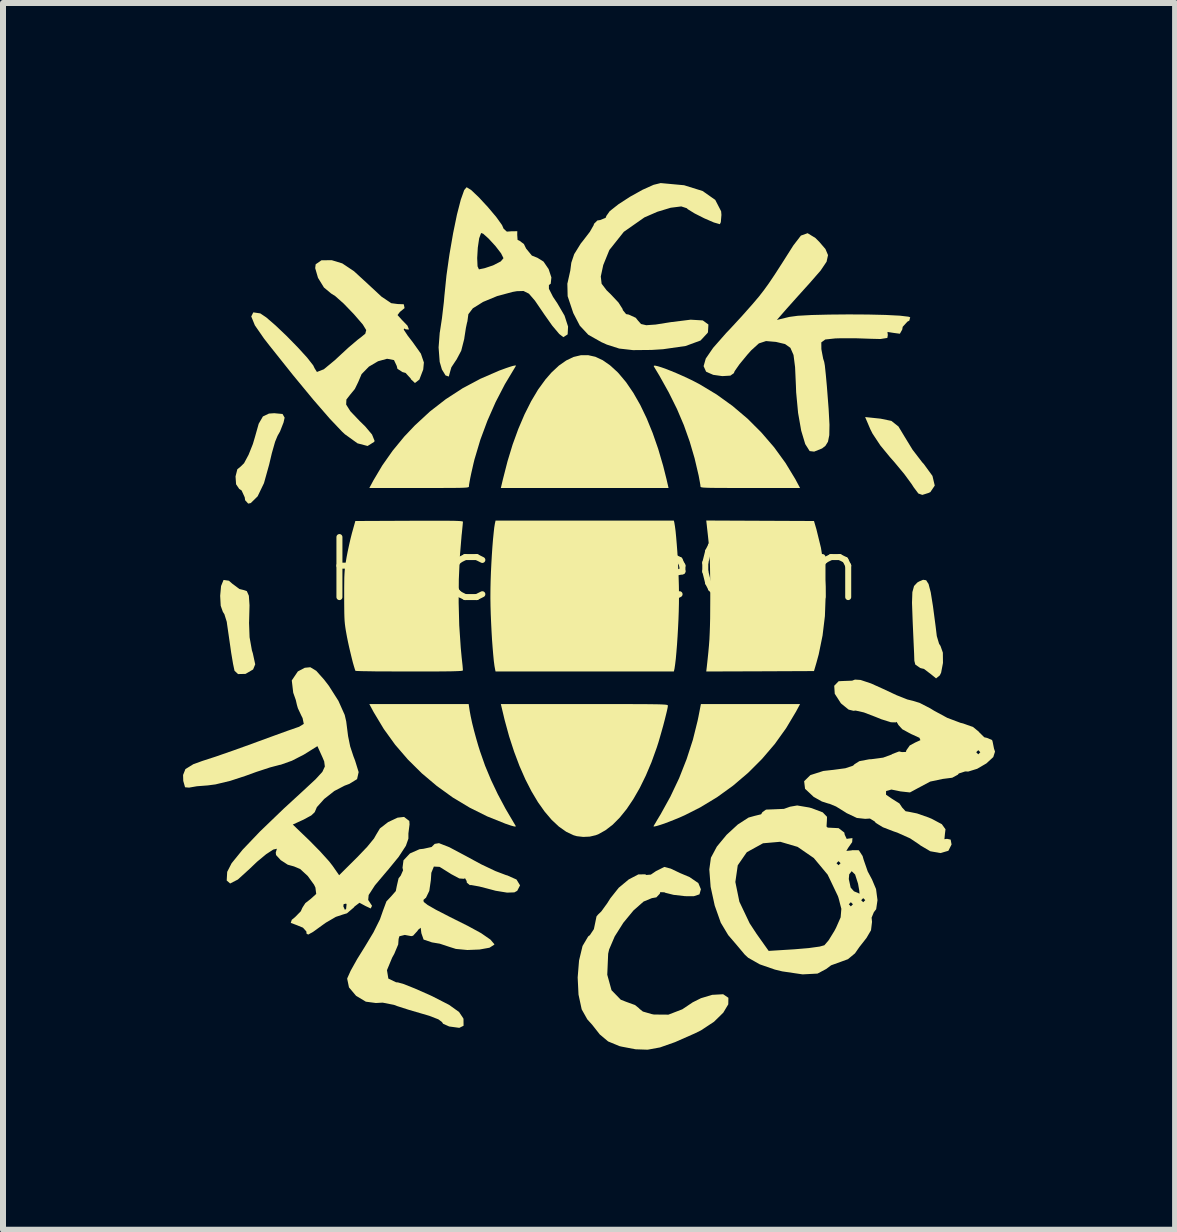
<source format=kicad_pcb>
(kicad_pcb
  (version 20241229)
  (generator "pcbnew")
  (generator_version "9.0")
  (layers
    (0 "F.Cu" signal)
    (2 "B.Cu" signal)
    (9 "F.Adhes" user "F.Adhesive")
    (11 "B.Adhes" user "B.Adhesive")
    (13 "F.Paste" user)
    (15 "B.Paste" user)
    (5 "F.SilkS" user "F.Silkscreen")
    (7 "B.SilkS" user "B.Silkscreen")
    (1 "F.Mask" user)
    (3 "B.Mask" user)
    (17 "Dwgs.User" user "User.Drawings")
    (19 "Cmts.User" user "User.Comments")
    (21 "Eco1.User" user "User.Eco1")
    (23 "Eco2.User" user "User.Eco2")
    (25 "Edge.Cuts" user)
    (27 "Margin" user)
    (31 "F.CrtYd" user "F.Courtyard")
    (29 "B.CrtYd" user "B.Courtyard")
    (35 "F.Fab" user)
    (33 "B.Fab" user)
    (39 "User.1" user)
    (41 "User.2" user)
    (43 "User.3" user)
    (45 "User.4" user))
  (footprint "HackTheCon"
    (layer "F.Cu")
    (at 6.843 6.94)
    (property "Reference" "HackTheCon" (at 0 -0.5 0) (unlocked yes) (layer "F.SilkS") (effects (font (size 1 1) (thickness 0.1))))
    (attr smd)
    (fp_poly (pts (xy 4.778 -3.015) (xy 4.957 -2.978) (xy 5.075 -2.885) (xy 5.172 -2.724) (xy 5.31 -2.498) (xy 5.472 -2.287) (xy 5.498 -2.259) (xy 5.642 -2.061) (xy 5.68 -1.9) (xy 5.607 -1.792) (xy 5.578 -1.778) (xy 5.473 -1.745) (xy 5.407 -1.768) (xy 5.329 -1.872) (xy 5.295 -1.925) (xy 5.174 -2.09) (xy 5.009 -2.289) (xy 4.934 -2.374) (xy 4.773 -2.57) (xy 4.644 -2.765) (xy 4.607 -2.838) (xy 4.52 -3.042)) (stroke (width 0) (type solid)) (fill yes) (layer "F.SilkS"))
    (fp_poly (pts (xy -5.186 -3.093) (xy -5.151 -3.032) (xy -5.169 -2.952) (xy -5.228 -2.801) (xy -5.269 -2.729) (xy -5.31 -2.63) (xy -5.364 -2.44) (xy -5.409 -2.25) (xy -5.495 -1.941) (xy -5.601 -1.721) (xy -5.715 -1.609) (xy -5.758 -1.6) (xy -5.809 -1.656) (xy -5.816 -1.705) (xy -5.868 -1.819) (xy -5.908 -1.845) (xy -5.96 -1.922) (xy -5.969 -2.053) (xy -5.939 -2.172) (xy -5.885 -2.216) (xy -5.827 -2.273) (xy -5.751 -2.415) (xy -5.68 -2.593) (xy -5.647 -2.704) (xy -5.583 -2.931) (xy -5.513 -3.052) (xy -5.412 -3.1) (xy -5.324 -3.106)) (stroke (width 0) (type solid)) (fill yes) (layer "F.SilkS"))
    (fp_poly (pts (xy 5.537 -0.323) (xy 5.577 -0.26) (xy 5.613 -0.122) (xy 5.65 0.108) (xy 5.695 0.449) (xy 5.714 0.607) (xy 5.752 0.735) (xy 5.776 0.772) (xy 5.815 0.883) (xy 5.817 1.055) (xy 5.786 1.217) (xy 5.764 1.262) (xy 5.702 1.312) (xy 5.62 1.245) (xy 5.503 1.156) (xy 5.438 1.139) (xy 5.356 1.082) (xy 5.34 1.019) (xy 5.336 0.897) (xy 5.326 0.679) (xy 5.314 0.408) (xy 5.311 0.334) (xy 5.301 0.052) (xy 5.307 -0.125) (xy 5.335 -0.227) (xy 5.389 -0.285) (xy 5.418 -0.302) (xy 5.486 -0.331)) (stroke (width 0) (type solid)) (fill yes) (layer "F.SilkS"))
    (fp_poly (pts (xy -6.079 -0.315) (xy -6.021 -0.264) (xy -5.904 -0.177) (xy -5.842 -0.162) (xy -5.781 -0.142) (xy -5.747 -0.065) (xy -5.736 0.095) (xy -5.743 0.363) (xy -5.744 0.386) (xy -5.735 0.627) (xy -5.696 0.846) (xy -5.681 0.893) (xy -5.641 1.078) (xy -5.676 1.163) (xy -5.802 1.237) (xy -5.927 1.24) (xy -5.986 1.185) (xy -6.01 1.072) (xy -6.042 0.882) (xy -6.054 0.796) (xy -6.085 0.581) (xy -6.11 0.409) (xy -6.115 0.37) (xy -6.155 0.242) (xy -6.18 0.204) (xy -6.216 0.102) (xy -6.225 -0.064) (xy -6.21 -0.227) (xy -6.17 -0.325) (xy -6.166 -0.328)) (stroke (width 0) (type solid)) (fill yes) (layer "F.SilkS"))
    (fp_poly (pts (xy 0.026 -4.046) (xy 0.148 -3.989) (xy 0.27 -3.904) (xy 0.394 -3.791) (xy 0.413 -3.771) (xy 0.538 -3.622) (xy 0.658 -3.446) (xy 0.773 -3.245) (xy 0.88 -3.022) (xy 0.98 -2.777) (xy 1.072 -2.513) (xy 1.155 -2.23) (xy 1.211 -2.007) (xy 1.245 -1.86) (xy -0.152 -1.86) (xy -1.549 -1.86) (xy -1.514 -2.007) (xy -1.438 -2.304) (xy -1.353 -2.583) (xy -1.258 -2.844) (xy -1.155 -3.085) (xy -1.045 -3.304) (xy -0.929 -3.499) (xy -0.806 -3.668) (xy -0.705 -3.784) (xy -0.582 -3.899) (xy -0.459 -3.985) (xy -0.338 -4.043) (xy -0.216 -4.072) (xy -0.095 -4.073)) (stroke (width 0) (type solid)) (fill yes) (layer "F.SilkS"))
    (fp_poly (pts (xy -2.068 1.853) (xy -2.051 1.945) (xy -2.027 2.056) (xy -1.996 2.18) (xy -1.961 2.309) (xy -1.924 2.437) (xy -1.895 2.529) (xy -1.811 2.768) (xy -1.713 3.003) (xy -1.6 3.241) (xy -1.47 3.485) (xy -1.319 3.741) (xy -1.304 3.766) (xy -1.3 3.777) (xy -1.31 3.781) (xy -1.337 3.776) (xy -1.384 3.763) (xy -1.453 3.739) (xy -1.472 3.733) (xy -1.776 3.611) (xy -2.069 3.465) (xy -2.35 3.296) (xy -2.616 3.104) (xy -2.866 2.893) (xy -3.098 2.663) (xy -3.31 2.417) (xy -3.499 2.155) (xy -3.665 1.879) (xy -3.673 1.865) (xy -3.74 1.74) (xy -2.913 1.74) (xy -2.085 1.74)) (stroke (width 0) (type solid)) (fill yes) (layer "F.SilkS"))
    (fp_poly (pts (xy 3.369 1.865) (xy 3.204 2.141) (xy 3.015 2.405) (xy 2.803 2.653) (xy 2.571 2.885) (xy 2.321 3.098) (xy 2.054 3.291) (xy 1.773 3.461) (xy 1.516 3.591) (xy 1.429 3.63) (xy 1.341 3.666) (xy 1.255 3.7) (xy 1.176 3.73) (xy 1.107 3.753) (xy 1.051 3.77) (xy 1.012 3.779) (xy 0.994 3.778) (xy 0.995 3.774) (xy 1.004 3.758) (xy 1.026 3.722) (xy 1.056 3.67) (xy 1.093 3.609) (xy 1.113 3.576) (xy 1.275 3.283) (xy 1.421 2.975) (xy 1.546 2.657) (xy 1.65 2.336) (xy 1.729 2.018) (xy 1.743 1.951) (xy 1.784 1.74) (xy 2.61 1.74) (xy 3.436 1.74)) (stroke (width 0) (type solid)) (fill yes) (layer "F.SilkS"))
    (fp_poly (pts (xy 2.77 -1.314) (xy 3.668 -1.31) (xy 3.708 -1.174) (xy 3.784 -0.864) (xy 3.835 -0.546) (xy 3.86 -0.217) (xy 3.862 -0.06) (xy 3.85 0.274) (xy 3.811 0.597) (xy 3.747 0.911) (xy 3.708 1.054) (xy 3.668 1.19) (xy 2.77 1.194) (xy 1.873 1.197) (xy 1.882 1.121) (xy 1.896 0.992) (xy 1.908 0.876) (xy 1.918 0.767) (xy 1.926 0.661) (xy 1.931 0.552) (xy 1.935 0.436) (xy 1.938 0.308) (xy 1.939 0.163) (xy 1.94 -0.005) (xy 1.94 -0.06) (xy 1.94 -0.235) (xy 1.938 -0.387) (xy 1.936 -0.52) (xy 1.933 -0.639) (xy 1.927 -0.749) (xy 1.921 -0.856) (xy 1.912 -0.963) (xy 1.9 -1.077) (xy 1.886 -1.201) (xy 1.882 -1.241) (xy 1.873 -1.318)) (stroke (width 0) (type solid)) (fill yes) (layer "F.SilkS"))
    (fp_poly (pts (xy -1.297 -3.898) (xy -1.307 -3.88) (xy -1.311 -3.873) (xy -1.481 -3.59) (xy -1.636 -3.291) (xy -1.773 -2.98) (xy -1.89 -2.665) (xy -1.983 -2.353) (xy -1.986 -2.345) (xy -2.005 -2.267) (xy -2.024 -2.183) (xy -2.043 -2.1) (xy -2.059 -2.023) (xy -2.071 -1.958) (xy -2.079 -1.91) (xy -2.08 -1.89) (xy -2.081 -1.883) (xy -2.083 -1.878) (xy -2.09 -1.874) (xy -2.104 -1.87) (xy -2.126 -1.867) (xy -2.159 -1.865) (xy -2.206 -1.863) (xy -2.267 -1.862) (xy -2.346 -1.861) (xy -2.444 -1.861) (xy -2.564 -1.86) (xy -2.708 -1.86) (xy -2.878 -1.86) (xy -2.91 -1.86) (xy -3.74 -1.86) (xy -3.673 -1.985) (xy -3.524 -2.236) (xy -3.351 -2.482) (xy -3.156 -2.719) (xy -2.981 -2.903) (xy -2.731 -3.134) (xy -2.467 -3.339) (xy -2.187 -3.521) (xy -1.891 -3.679) (xy -1.578 -3.815) (xy -1.523 -3.835) (xy -1.46 -3.858) (xy -1.401 -3.878) (xy -1.355 -3.892) (xy -1.338 -3.896) (xy -1.306 -3.902)) (stroke (width 0) (type solid)) (fill yes) (layer "F.SilkS"))
    (fp_poly (pts (xy 1.025 -3.898) (xy 1.069 -3.888) (xy 1.13 -3.869) (xy 1.203 -3.843) (xy 1.287 -3.81) (xy 1.379 -3.772) (xy 1.474 -3.73) (xy 1.57 -3.686) (xy 1.664 -3.64) (xy 1.752 -3.594) (xy 1.77 -3.584) (xy 2.047 -3.417) (xy 2.312 -3.226) (xy 2.561 -3.015) (xy 2.792 -2.784) (xy 3.004 -2.538) (xy 3.193 -2.278) (xy 3.358 -2.006) (xy 3.369 -1.985) (xy 3.436 -1.86) (xy 2.607 -1.86) (xy 2.432 -1.86) (xy 2.284 -1.86) (xy 2.16 -1.861) (xy 2.058 -1.861) (xy 1.976 -1.862) (xy 1.911 -1.863) (xy 1.863 -1.865) (xy 1.827 -1.867) (xy 1.803 -1.87) (xy 1.789 -1.873) (xy 1.781 -1.877) (xy 1.777 -1.882) (xy 1.777 -1.888) (xy 1.777 -1.89) (xy 1.774 -1.915) (xy 1.766 -1.962) (xy 1.755 -2.021) (xy 1.747 -2.065) (xy 1.679 -2.355) (xy 1.597 -2.634) (xy 1.5 -2.907) (xy 1.385 -3.177) (xy 1.25 -3.449) (xy 1.094 -3.729) (xy 0.999 -3.887) (xy 1.001 -3.898)) (stroke (width 0) (type solid)) (fill yes) (layer "F.SilkS"))
    (fp_poly (pts (xy 1.341 -1.285) (xy 1.351 -1.226) (xy 1.362 -1.143) (xy 1.372 -1.039) (xy 1.382 -0.92) (xy 1.392 -0.789) (xy 1.4 -0.65) (xy 1.407 -0.508) (xy 1.413 -0.367) (xy 1.417 -0.232) (xy 1.419 -0.105) (xy 1.419 -0.06) (xy 1.418 0.061) (xy 1.415 0.194) (xy 1.41 0.333) (xy 1.403 0.475) (xy 1.395 0.616) (xy 1.386 0.75) (xy 1.376 0.874) (xy 1.366 0.985) (xy 1.355 1.076) (xy 1.345 1.145) (xy 1.341 1.165) (xy 1.333 1.197) (xy -0.152 1.197) (xy -1.637 1.197) (xy -1.644 1.165) (xy -1.655 1.105) (xy -1.666 1.021) (xy -1.676 0.917) (xy -1.686 0.797) (xy -1.696 0.665) (xy -1.704 0.526) (xy -1.711 0.384) (xy -1.717 0.243) (xy -1.721 0.106) (xy -1.723 -0.02) (xy -1.723 -0.06) (xy -1.722 -0.183) (xy -1.719 -0.316) (xy -1.714 -0.456) (xy -1.707 -0.599) (xy -1.699 -0.739) (xy -1.69 -0.874) (xy -1.68 -0.998) (xy -1.669 -1.108) (xy -1.659 -1.2) (xy -1.648 -1.268) (xy -1.644 -1.285) (xy -1.637 -1.317) (xy -0.152 -1.317) (xy 1.333 -1.317)) (stroke (width 0) (type solid)) (fill yes) (layer "F.SilkS"))
    (fp_poly (pts (xy 0.073 1.74) (xy 0.276 1.74) (xy 0.454 1.74) (xy 0.609 1.74) (xy 0.741 1.741) (xy 0.854 1.741) (xy 0.948 1.742) (xy 1.025 1.743) (xy 1.087 1.744) (xy 1.135 1.746) (xy 1.171 1.748) (xy 1.197 1.75) (xy 1.215 1.753) (xy 1.226 1.756) (xy 1.231 1.76) (xy 1.234 1.764) (xy 1.234 1.767) (xy 1.23 1.797) (xy 1.219 1.85) (xy 1.202 1.92) (xy 1.181 2.004) (xy 1.157 2.096) (xy 1.13 2.192) (xy 1.103 2.287) (xy 1.077 2.376) (xy 1.052 2.454) (xy 1.048 2.466) (xy 0.961 2.708) (xy 0.866 2.932) (xy 0.765 3.138) (xy 0.658 3.324) (xy 0.547 3.489) (xy 0.432 3.631) (xy 0.314 3.75) (xy 0.194 3.842) (xy 0.074 3.909) (xy 0.031 3.925) (xy -0.068 3.948) (xy -0.177 3.953) (xy -0.282 3.941) (xy -0.338 3.925) (xy -0.46 3.867) (xy -0.582 3.781) (xy -0.701 3.67) (xy -0.817 3.534) (xy -0.93 3.375) (xy -1.038 3.194) (xy -1.141 2.993) (xy -1.238 2.772) (xy -1.328 2.533) (xy -1.411 2.278) (xy -1.485 2.008) (xy -1.514 1.886) (xy -1.549 1.74) (xy -0.157 1.74)) (stroke (width 0) (type solid)) (fill yes) (layer "F.SilkS"))
    (fp_poly (pts (xy 1.504 -6.904) (xy 1.812 -6.808) (xy 2.023 -6.66) (xy 2.121 -6.47) (xy 2.126 -6.41) (xy 2.116 -6.289) (xy 2.1 -6.255) (xy 1.999 -6.284) (xy 1.84 -6.353) (xy 1.678 -6.435) (xy 1.566 -6.504) (xy 1.549 -6.521) (xy 1.457 -6.551) (xy 1.281 -6.529) (xy 1.059 -6.462) (xy 0.843 -6.368) (xy 0.5 -6.128) (xy 0.259 -5.825) (xy 0.157 -5.574) (xy 0.116 -5.383) (xy 0.13 -5.263) (xy 0.213 -5.154) (xy 0.282 -5.087) (xy 0.41 -4.951) (xy 0.479 -4.843) (xy 0.483 -4.824) (xy 0.538 -4.757) (xy 0.582 -4.749) (xy 0.698 -4.696) (xy 0.74 -4.644) (xy 0.787 -4.592) (xy 0.873 -4.572) (xy 1.03 -4.583) (xy 1.288 -4.624) (xy 1.291 -4.624) (xy 1.612 -4.664) (xy 1.815 -4.652) (xy 1.909 -4.584) (xy 1.902 -4.459) (xy 1.897 -4.445) (xy 1.778 -4.317) (xy 1.53 -4.226) (xy 1.154 -4.172) (xy 0.962 -4.16) (xy 0.653 -4.157) (xy 0.423 -4.183) (xy 0.217 -4.249) (xy 0.126 -4.29) (xy -0.092 -4.413) (xy -0.233 -4.564) (xy -0.342 -4.774) (xy -0.436 -5.055) (xy -0.441 -5.265) (xy -0.435 -5.288) (xy -0.392 -5.482) (xy -0.375 -5.613) (xy -0.327 -5.756) (xy -0.218 -5.932) (xy -0.182 -5.977) (xy -0.066 -6.128) (xy -0.002 -6.24) (xy 0.003 -6.261) (xy 0.059 -6.317) (xy 0.106 -6.324) (xy 0.197 -6.361) (xy 0.209 -6.393) (xy 0.265 -6.472) (xy 0.409 -6.586) (xy 0.603 -6.712) (xy 0.811 -6.828) (xy 0.996 -6.911) (xy 1.114 -6.94)) (stroke (width 0) (type solid)) (fill yes) (layer "F.SilkS"))
    (fp_poly (pts (xy 1.281 4.481) (xy 1.441 4.557) (xy 1.595 4.622) (xy 1.741 4.722) (xy 1.784 4.825) (xy 1.76 4.91) (xy 1.665 4.941) (xy 1.52 4.94) (xy 1.328 4.918) (xy 1.192 4.884) (xy 1.177 4.876) (xy 1.107 4.873) (xy 1.099 4.9) (xy 1.042 4.96) (xy 0.967 4.973) (xy 0.829 5.03) (xy 0.661 5.178) (xy 0.492 5.383) (xy 0.348 5.611) (xy 0.255 5.828) (xy 0.239 5.899) (xy 0.224 6.249) (xy 0.295 6.507) (xy 0.449 6.665) (xy 0.538 6.7) (xy 0.687 6.754) (xy 0.756 6.81) (xy 0.757 6.814) (xy 0.817 6.862) (xy 0.965 6.905) (xy 1.002 6.912) (xy 1.243 6.914) (xy 1.474 6.825) (xy 1.647 6.709) (xy 1.785 6.64) (xy 1.972 6.584) (xy 2.155 6.574) (xy 2.242 6.633) (xy 2.24 6.742) (xy 2.157 6.881) (xy 2.003 7.032) (xy 1.785 7.176) (xy 1.684 7.226) (xy 1.353 7.372) (xy 1.103 7.46) (xy 0.897 7.498) (xy 0.695 7.491) (xy 0.459 7.446) (xy 0.426 7.438) (xy 0.238 7.36) (xy 0.101 7.245) (xy 0.099 7.243) (xy -0.027 7.083) (xy -0.109 6.992) (xy -0.202 6.826) (xy -0.255 6.58) (xy -0.269 6.295) (xy -0.246 6.012) (xy -0.188 5.77) (xy -0.094 5.611) (xy -0.066 5.59) (xy 0.001 5.489) (xy 0.021 5.394) (xy 0.045 5.277) (xy 0.07 5.247) (xy 0.125 5.194) (xy 0.222 5.06) (xy 0.276 4.975) (xy 0.415 4.8) (xy 0.582 4.661) (xy 0.741 4.578) (xy 0.857 4.576) (xy 0.873 4.587) (xy 0.95 4.581) (xy 1.035 4.523) (xy 1.175 4.453)) (stroke (width 0) (type solid)) (fill yes) (layer "F.SilkS"))
    (fp_poly (pts (xy -2.486 -1.315) (xy -2.396 -1.314) (xy -2.324 -1.313) (xy -2.269 -1.311) (xy -2.229 -1.309) (xy -2.203 -1.306) (xy -2.187 -1.303) (xy -2.181 -1.299) (xy -2.18 -1.298) (xy -2.182 -1.277) (xy -2.186 -1.234) (xy -2.192 -1.173) (xy -2.199 -1.102) (xy -2.202 -1.08) (xy -2.232 -0.717) (xy -2.249 -0.339) (xy -2.252 0.046) (xy -2.242 0.429) (xy -2.217 0.8) (xy -2.202 0.96) (xy -2.194 1.033) (xy -2.187 1.097) (xy -2.183 1.146) (xy -2.181 1.174) (xy -2.18 1.177) (xy -2.184 1.181) (xy -2.197 1.185) (xy -2.22 1.188) (xy -2.257 1.19) (xy -2.307 1.192) (xy -2.375 1.194) (xy -2.461 1.195) (xy -2.567 1.196) (xy -2.696 1.197) (xy -2.849 1.197) (xy -3.028 1.197) (xy -3.072 1.197) (xy -3.229 1.197) (xy -3.378 1.196) (xy -3.515 1.196) (xy -3.639 1.195) (xy -3.747 1.193) (xy -3.836 1.192) (xy -3.905 1.19) (xy -3.951 1.188) (xy -3.97 1.187) (xy -3.971 1.186) (xy -3.981 1.16) (xy -3.996 1.111) (xy -4.015 1.045) (xy -4.035 0.965) (xy -4.056 0.878) (xy -4.077 0.789) (xy -4.096 0.702) (xy -4.112 0.623) (xy -4.119 0.585) (xy -4.131 0.518) (xy -4.14 0.461) (xy -4.147 0.407) (xy -4.152 0.352) (xy -4.155 0.292) (xy -4.157 0.221) (xy -4.158 0.135) (xy -4.159 0.028) (xy -4.159 -0.06) (xy -4.159 -0.184) (xy -4.158 -0.283) (xy -4.157 -0.365) (xy -4.154 -0.432) (xy -4.15 -0.49) (xy -4.145 -0.543) (xy -4.137 -0.598) (xy -4.127 -0.658) (xy -4.119 -0.706) (xy -4.1 -0.804) (xy -4.077 -0.911) (xy -4.053 -1.016) (xy -4.03 -1.107) (xy -4.026 -1.121) (xy -3.973 -1.31) (xy -3.077 -1.314) (xy -2.891 -1.315) (xy -2.732 -1.315) (xy -2.598 -1.315)) (stroke (width 0) (type solid)) (fill yes) (layer "F.SilkS"))
    (fp_poly (pts (xy -4.191 -5.602) (xy -3.996 -5.472) (xy -3.762 -5.257) (xy -3.536 -5.047) (xy -3.375 -4.939) (xy -3.269 -4.925) (xy -3.166 -4.921) (xy -3.153 -4.857) (xy -3.231 -4.793) (xy -3.27 -4.741) (xy -3.197 -4.66) (xy -3.105 -4.565) (xy -3.079 -4.501) (xy -3.13 -4.502) (xy -3.159 -4.517) (xy -3.167 -4.499) (xy -3.102 -4.4) (xy -3.018 -4.291) (xy -2.881 -4.098) (xy -2.831 -3.951) (xy -2.842 -3.834) (xy -2.906 -3.667) (xy -2.98 -3.609) (xy -3.046 -3.671) (xy -3.051 -3.684) (xy -3.136 -3.777) (xy -3.187 -3.791) (xy -3.272 -3.846) (xy -3.283 -3.893) (xy -3.329 -3.991) (xy -3.444 -4.013) (xy -3.594 -3.972) (xy -3.747 -3.882) (xy -3.869 -3.757) (xy -3.925 -3.625) (xy -3.981 -3.51) (xy -4.058 -3.416) (xy -4.122 -3.334) (xy -4.126 -3.25) (xy -4.056 -3.139) (xy -3.9 -2.975) (xy -3.808 -2.885) (xy -3.695 -2.751) (xy -3.653 -2.647) (xy -3.658 -2.629) (xy -3.769 -2.56) (xy -3.937 -2.604) (xy -4.147 -2.755) (xy -4.195 -2.8) (xy -4.399 -3.015) (xy -4.674 -3.332) (xy -5.01 -3.739) (xy -5.399 -4.227) (xy -5.494 -4.349) (xy -5.647 -4.57) (xy -5.707 -4.718) (xy -5.673 -4.786) (xy -5.557 -4.769) (xy -5.457 -4.702) (xy -5.301 -4.567) (xy -5.117 -4.392) (xy -4.933 -4.204) (xy -4.776 -4.032) (xy -4.675 -3.903) (xy -4.652 -3.855) (xy -4.613 -3.793) (xy -4.498 -3.838) (xy -4.314 -3.99) (xy -4.27 -4.031) (xy -4.094 -4.194) (xy -3.934 -4.33) (xy -3.881 -4.37) (xy -3.807 -4.431) (xy -3.792 -4.491) (xy -3.849 -4.584) (xy -3.986 -4.743) (xy -4.004 -4.763) (xy -4.167 -4.932) (xy -4.309 -5.058) (xy -4.376 -5.1) (xy -4.496 -5.2) (xy -4.595 -5.361) (xy -4.642 -5.523) (xy -4.634 -5.587) (xy -4.537 -5.654) (xy -4.365 -5.655)) (stroke (width 0) (type solid)) (fill yes) (layer "F.SilkS"))
    (fp_poly (pts (xy -2.042 -6.823) (xy -1.913 -6.7) (xy -1.764 -6.539) (xy -1.625 -6.374) (xy -1.529 -6.24) (xy -1.503 -6.18) (xy -1.449 -6.131) (xy -1.371 -6.137) (xy -1.275 -6.138) (xy -1.276 -6.076) (xy -1.27 -5.993) (xy -1.241 -5.981) (xy -1.165 -5.925) (xy -1.128 -5.849) (xy -1.032 -5.732) (xy -0.939 -5.695) (xy -0.838 -5.632) (xy -0.753 -5.507) (xy -0.707 -5.368) (xy -0.718 -5.263) (xy -0.748 -5.241) (xy -0.748 -5.179) (xy -0.68 -5.045) (xy -0.607 -4.936) (xy -0.488 -4.732) (xy -0.429 -4.55) (xy -0.436 -4.419) (xy -0.508 -4.373) (xy -0.576 -4.426) (xy -0.693 -4.565) (xy -0.832 -4.762) (xy -0.839 -4.773) (xy -0.981 -4.981) (xy -1.081 -5.097) (xy -1.171 -5.142) (xy -1.282 -5.139) (xy -1.351 -5.127) (xy -1.611 -5.057) (xy -1.845 -4.96) (xy -2.016 -4.853) (xy -2.091 -4.754) (xy -2.091 -4.749) (xy -2.106 -4.636) (xy -2.113 -4.612) (xy -2.131 -4.527) (xy -2.156 -4.366) (xy -2.159 -4.343) (xy -2.209 -4.147) (xy -2.288 -3.998) (xy -2.291 -3.995) (xy -2.373 -3.871) (xy -2.393 -3.802) (xy -2.416 -3.717) (xy -2.47 -3.735) (xy -2.531 -3.835) (xy -2.568 -3.962) (xy -2.586 -4.201) (xy -2.567 -4.449) (xy -2.565 -4.457) (xy -2.53 -4.688) (xy -2.498 -4.961) (xy -2.49 -5.056) (xy -2.455 -5.4) (xy -2.414 -5.691) (xy -1.943 -5.691) (xy -1.937 -5.553) (xy -1.914 -5.502) (xy -1.81 -5.525) (xy -1.678 -5.569) (xy -1.55 -5.635) (xy -1.505 -5.689) (xy -1.545 -5.769) (xy -1.639 -5.891) (xy -1.751 -6.013) (xy -1.843 -6.096) (xy -1.878 -6.108) (xy -1.91 -6.02) (xy -1.933 -5.864) (xy -1.943 -5.691) (xy -2.414 -5.691) (xy -2.404 -5.758) (xy -2.344 -6.105) (xy -2.28 -6.416) (xy -2.216 -6.664) (xy -2.159 -6.824) (xy -2.119 -6.871)) (stroke (width 0) (type solid)) (fill yes) (layer "F.SilkS"))
    (fp_poly (pts (xy 3.692 -6.025) (xy 3.757 -5.96) (xy 3.859 -5.841) (xy 3.902 -5.74) (xy 3.878 -5.63) (xy 3.779 -5.483) (xy 3.595 -5.272) (xy 3.529 -5.199) (xy 3.366 -5.018) (xy 3.216 -4.85) (xy 3.187 -4.817) (xy 3.05 -4.66) (xy 3.256 -4.71) (xy 3.396 -4.729) (xy 3.629 -4.742) (xy 3.922 -4.749) (xy 4.245 -4.752) (xy 4.57 -4.75) (xy 4.864 -4.743) (xy 5.098 -4.731) (xy 5.242 -4.714) (xy 5.271 -4.704) (xy 5.256 -4.648) (xy 5.224 -4.631) (xy 5.146 -4.545) (xy 5.138 -4.499) (xy 5.099 -4.43) (xy 4.993 -4.444) (xy 4.892 -4.46) (xy 4.898 -4.408) (xy 4.89 -4.36) (xy 4.775 -4.342) (xy 4.615 -4.346) (xy 4.35 -4.355) (xy 4.091 -4.354) (xy 4.023 -4.352) (xy 3.856 -4.334) (xy 3.79 -4.286) (xy 3.791 -4.175) (xy 3.795 -4.15) (xy 3.821 -4.014) (xy 3.838 -3.962) (xy 3.849 -3.9) (xy 3.866 -3.738) (xy 3.883 -3.551) (xy 3.912 -3.176) (xy 3.926 -2.914) (xy 3.923 -2.74) (xy 3.901 -2.631) (xy 3.859 -2.563) (xy 3.803 -2.519) (xy 3.671 -2.466) (xy 3.596 -2.475) (xy 3.522 -2.592) (xy 3.455 -2.815) (xy 3.403 -3.112) (xy 3.371 -3.453) (xy 3.367 -3.563) (xy 3.353 -3.874) (xy 3.327 -4.076) (xy 3.275 -4.195) (xy 3.186 -4.258) (xy 3.047 -4.291) (xy 3.033 -4.294) (xy 2.869 -4.308) (xy 2.75 -4.269) (xy 2.621 -4.152) (xy 2.557 -4.08) (xy 2.427 -3.922) (xy 2.346 -3.806) (xy 2.333 -3.773) (xy 2.275 -3.732) (xy 2.141 -3.724) (xy 1.99 -3.745) (xy 1.877 -3.794) (xy 1.869 -3.801) (xy 1.829 -3.89) (xy 1.865 -4.016) (xy 1.987 -4.194) (xy 2.204 -4.441) (xy 2.269 -4.509) (xy 2.463 -4.719) (xy 2.643 -4.922) (xy 2.754 -5.053) (xy 2.836 -5.159) (xy 2.916 -5.27) (xy 3.013 -5.414) (xy 3.145 -5.619) (xy 3.324 -5.901) (xy 3.45 -6.065) (xy 3.562 -6.105)) (stroke (width 0) (type solid)) (fill yes) (layer "F.SilkS"))
    (fp_poly (pts (xy -2.406 4.125) (xy -2.137 4.268) (xy -1.879 4.408) (xy -1.639 4.522) (xy -1.463 4.589) (xy -1.44 4.595) (xy -1.288 4.663) (xy -1.229 4.76) (xy -1.276 4.851) (xy -1.324 4.877) (xy -1.445 4.881) (xy -1.636 4.85) (xy -1.718 4.828) (xy -1.908 4.779) (xy -2.041 4.755) (xy -2.068 4.755) (xy -2.116 4.714) (xy -2.119 4.687) (xy -2.146 4.641) (xy -2.163 4.651) (xy -2.241 4.645) (xy -2.376 4.573) (xy -2.396 4.56) (xy -2.569 4.452) (xy -2.665 4.447) (xy -2.707 4.551) (xy -2.715 4.674) (xy -2.741 4.852) (xy -2.796 4.966) (xy -2.806 4.974) (xy -2.839 5.003) (xy -2.833 5.037) (xy -2.769 5.087) (xy -2.633 5.165) (xy -2.406 5.282) (xy -2.098 5.436) (xy -1.878 5.556) (xy -1.722 5.664) (xy -1.658 5.739) (xy -1.658 5.748) (xy -1.738 5.799) (xy -1.904 5.829) (xy -2.107 5.837) (xy -2.298 5.819) (xy -2.406 5.785) (xy -2.566 5.732) (xy -2.697 5.71) (xy -2.836 5.663) (xy -2.873 5.557) (xy -2.884 5.466) (xy -2.927 5.501) (xy -2.939 5.52) (xy -3.011 5.599) (xy -3.041 5.606) (xy -3.149 5.586) (xy -3.239 5.608) (xy -3.252 5.652) (xy -3.259 5.745) (xy -3.325 5.902) (xy -3.36 5.965) (xy -3.446 6.173) (xy -3.423 6.313) (xy -3.294 6.375) (xy -3.263 6.377) (xy -3.165 6.405) (xy -2.98 6.479) (xy -2.744 6.583) (xy -2.69 6.608) (xy -2.411 6.751) (xy -2.245 6.87) (xy -2.174 6.976) (xy -2.171 6.989) (xy -2.17 7.099) (xy -2.241 7.134) (xy -2.41 7.111) (xy -2.511 7.066) (xy -2.53 7.037) (xy -2.59 6.992) (xy -2.742 6.933) (xy -2.855 6.9) (xy -3.081 6.834) (xy -3.274 6.772) (xy -3.33 6.751) (xy -3.518 6.714) (xy -3.631 6.72) (xy -3.798 6.698) (xy -3.961 6.6) (xy -4.079 6.46) (xy -4.109 6.316) (xy -4.107 6.307) (xy -4.051 6.182) (xy -3.942 5.987) (xy -3.812 5.778) (xy -3.672 5.545) (xy -3.563 5.326) (xy -3.513 5.183) (xy -3.455 5.027) (xy -3.378 4.945) (xy -3.299 4.855) (xy -3.283 4.774) (xy -3.253 4.643) (xy -3.217 4.598) (xy -3.178 4.509) (xy -3.187 4.466) (xy -3.171 4.343) (xy -3.063 4.228) (xy -2.904 4.158) (xy -2.839 4.151) (xy -2.703 4.121) (xy -2.651 4.069) (xy -2.58 4.057)) (stroke (width 0) (type solid)) (fill yes) (layer "F.SilkS"))
    (fp_poly (pts (xy 3.589 3.463) (xy 3.632 3.475) (xy 3.814 3.544) (xy 3.885 3.618) (xy 3.883 3.682) (xy 3.877 3.78) (xy 3.896 3.798) (xy 4.078 3.807) (xy 4.173 3.88) (xy 4.18 3.916) (xy 4.213 3.986) (xy 4.248 3.98) (xy 4.309 3.973) (xy 4.304 4.04) (xy 4.238 4.134) (xy 4.207 4.186) (xy 4.291 4.178) (xy 4.304 4.174) (xy 4.415 4.175) (xy 4.478 4.272) (xy 4.495 4.332) (xy 4.563 4.528) (xy 4.635 4.663) (xy 4.702 4.822) (xy 4.726 5.006) (xy 4.704 5.157) (xy 4.665 5.208) (xy 4.628 5.298) (xy 4.635 5.368) (xy 4.618 5.508) (xy 4.543 5.636) (xy 4.424 5.788) (xy 4.351 5.893) (xy 4.234 5.99) (xy 4.111 6.035) (xy 3.953 6.092) (xy 3.872 6.153) (xy 3.727 6.23) (xy 3.478 6.243) (xy 3.139 6.193) (xy 3.016 6.163) (xy 2.765 6.076) (xy 2.571 5.966) (xy 2.514 5.913) (xy 2.373 5.745) (xy 2.239 5.589) (xy 2.115 5.382) (xy 2.014 5.096) (xy 1.946 4.784) (xy 1.94 4.704) (xy 2.358 4.704) (xy 2.425 5.032) (xy 2.596 5.392) (xy 2.71 5.566) (xy 2.913 5.852) (xy 3.344 5.825) (xy 3.58 5.805) (xy 3.762 5.78) (xy 3.841 5.758) (xy 3.912 5.675) (xy 4.008 5.519) (xy 4.035 5.468) (xy 4.112 5.293) (xy 4.124 5.151) (xy 4.104 5.075) (xy 4.248 5.075) (xy 4.282 5.11) (xy 4.317 5.075) (xy 4.282 5.041) (xy 4.248 5.075) (xy 4.104 5.075) (xy 4.087 5.007) (xy 4.454 5.007) (xy 4.488 5.041) (xy 4.522 5.007) (xy 4.488 4.973) (xy 4.454 5.007) (xy 4.087 5.007) (xy 4.076 4.967) (xy 4.066 4.938) (xy 3.931 4.655) (xy 4.248 4.655) (xy 4.279 4.797) (xy 4.334 4.859) (xy 4.417 4.894) (xy 4.427 4.899) (xy 4.422 4.845) (xy 4.402 4.732) (xy 4.353 4.579) (xy 4.296 4.524) (xy 4.255 4.576) (xy 4.248 4.655) (xy 3.931 4.655) (xy 3.895 4.581) (xy 3.737 4.391) (xy 4.043 4.391) (xy 4.077 4.425) (xy 4.111 4.391) (xy 4.077 4.357) (xy 4.043 4.391) (xy 3.737 4.391) (xy 3.665 4.305) (xy 3.395 4.119) (xy 3.106 4.034) (xy 2.819 4.059) (xy 2.554 4.205) (xy 2.545 4.213) (xy 2.398 4.426) (xy 2.358 4.704) (xy 1.94 4.704) (xy 1.924 4.495) (xy 1.951 4.299) (xy 2.05 4.114) (xy 2.212 3.918) (xy 2.399 3.746) (xy 2.577 3.631) (xy 2.677 3.603) (xy 2.787 3.576) (xy 2.81 3.539) (xy 2.869 3.498) (xy 2.999 3.493) (xy 3.167 3.486) (xy 3.268 3.45) (xy 3.388 3.429)) (stroke (width 0) (type solid)) (fill yes) (layer "F.SilkS"))
    (fp_poly (pts (xy 4.444 1.338) (xy 4.618 1.396) (xy 4.82 1.487) (xy 5.042 1.591) (xy 5.223 1.663) (xy 5.317 1.686) (xy 5.432 1.722) (xy 5.603 1.81) (xy 5.67 1.851) (xy 5.888 1.969) (xy 6.108 2.052) (xy 6.153 2.063) (xy 6.318 2.122) (xy 6.414 2.2) (xy 6.417 2.206) (xy 6.505 2.293) (xy 6.549 2.303) (xy 6.635 2.339) (xy 6.644 2.366) (xy 6.667 2.481) (xy 6.684 2.532) (xy 6.655 2.623) (xy 6.541 2.728) (xy 6.387 2.818) (xy 6.238 2.864) (xy 6.187 2.862) (xy 6.081 2.896) (xy 6.064 2.917) (xy 5.971 2.967) (xy 5.813 2.987) (xy 5.605 3.031) (xy 5.435 3.121) (xy 5.267 3.212) (xy 5.111 3.195) (xy 4.958 3.164) (xy 4.869 3.189) (xy 4.868 3.249) (xy 4.965 3.316) (xy 5.092 3.396) (xy 5.138 3.465) (xy 5.194 3.525) (xy 5.252 3.535) (xy 5.385 3.562) (xy 5.574 3.628) (xy 5.629 3.651) (xy 5.798 3.741) (xy 5.859 3.826) (xy 5.85 3.899) (xy 5.841 3.991) (xy 5.884 3.985) (xy 5.945 3.998) (xy 5.96 4.079) (xy 5.907 4.184) (xy 5.775 4.222) (xy 5.606 4.192) (xy 5.44 4.094) (xy 5.43 4.085) (xy 5.271 3.978) (xy 5.055 3.881) (xy 4.998 3.862) (xy 4.816 3.792) (xy 4.698 3.72) (xy 4.681 3.697) (xy 4.6 3.647) (xy 4.521 3.652) (xy 4.382 3.637) (xy 4.211 3.556) (xy 4.19 3.542) (xy 4.035 3.446) (xy 3.92 3.399) (xy 3.91 3.398) (xy 3.8 3.363) (xy 3.664 3.287) (xy 3.519 3.151) (xy 3.504 3.025) (xy 3.608 2.923) (xy 3.824 2.854) (xy 3.996 2.835) (xy 4.19 2.809) (xy 4.319 2.766) (xy 4.343 2.742) (xy 4.424 2.691) (xy 4.587 2.66) (xy 4.626 2.658) (xy 4.82 2.632) (xy 4.96 2.581) (xy 4.972 2.572) (xy 5.051 2.542) (xy 6.371 2.542) (xy 6.405 2.577) (xy 6.439 2.542) (xy 6.405 2.508) (xy 6.371 2.542) (xy 5.051 2.542) (xy 5.086 2.529) (xy 5.135 2.54) (xy 5.2 2.537) (xy 5.207 2.51) (xy 5.263 2.43) (xy 5.353 2.381) (xy 5.441 2.341) (xy 5.425 2.302) (xy 5.294 2.242) (xy 5.284 2.238) (xy 5.139 2.159) (xy 5.071 2.084) (xy 5.07 2.078) (xy 5.043 2.036) (xy 5.03 2.045) (xy 4.95 2.043) (xy 4.791 1.993) (xy 4.687 1.951) (xy 4.499 1.879) (xy 4.362 1.848) (xy 4.326 1.852) (xy 4.245 1.832) (xy 4.125 1.735) (xy 4.113 1.722) (xy 4.014 1.568) (xy 4.005 1.435) (xy 4.079 1.359) (xy 4.162 1.355) (xy 4.303 1.35) (xy 4.351 1.332)) (stroke (width 0) (type solid)) (fill yes) (layer "F.SilkS"))
    (fp_poly (pts (xy -4.624 1.186) (xy -4.493 1.333) (xy -4.414 1.436) (xy -4.255 1.686) (xy -4.15 1.921) (xy -4.125 2.029) (xy -4.094 2.273) (xy -4.059 2.445) (xy -4.004 2.612) (xy -3.978 2.679) (xy -3.918 2.873) (xy -3.944 2.99) (xy -4.072 3.069) (xy -4.152 3.099) (xy -4.323 3.188) (xy -4.491 3.32) (xy -4.614 3.457) (xy -4.65 3.541) (xy -4.707 3.595) (xy -4.834 3.664) (xy -5.015 3.747) (xy -4.737 4.014) (xy -4.56 4.194) (xy -4.409 4.361) (xy -4.351 4.436) (xy -4.243 4.591) (xy -3.935 4.285) (xy -3.774 4.116) (xy -3.662 3.979) (xy -3.624 3.912) (xy -3.563 3.811) (xy -3.427 3.706) (xy -3.269 3.632) (xy -3.161 3.62) (xy -3.074 3.687) (xy -3.07 3.744) (xy -3.089 3.896) (xy -3.089 3.982) (xy -3.131 4.101) (xy -3.251 4.285) (xy -3.43 4.504) (xy -3.453 4.53) (xy -3.647 4.76) (xy -3.751 4.921) (xy -3.759 5.003) (xy -3.695 5.101) (xy -3.717 5.145) (xy -3.804 5.104) (xy -3.904 5.05) (xy -3.986 5.112) (xy -3.999 5.129) (xy -4.113 5.226) (xy -4.184 5.247) (xy -4.298 5.285) (xy -4.463 5.381) (xy -4.515 5.418) (xy -4.677 5.535) (xy -4.758 5.58) (xy -4.786 5.565) (xy -4.789 5.528) (xy -4.846 5.465) (xy -4.943 5.425) (xy -5.049 5.385) (xy -5.032 5.334) (xy -4.977 5.289) (xy -4.881 5.191) (xy -4.857 5.136) (xy -4.841 5.11) (xy -4.173 5.11) (xy -4.148 5.166) (xy -4.127 5.155) (xy -4.119 5.074) (xy -4.127 5.064) (xy -4.168 5.073) (xy -4.173 5.11) (xy -4.841 5.11) (xy -4.806 5.056) (xy -4.719 4.988) (xy -4.625 4.903) (xy -4.638 4.797) (xy -4.661 4.749) (xy -4.766 4.604) (xy -4.892 4.488) (xy -4.994 4.445) (xy -5.099 4.416) (xy -5.216 4.34) (xy -5.294 4.255) (xy -5.299 4.214) (xy -5.28 4.15) (xy -5.341 4.164) (xy -5.459 4.241) (xy -5.612 4.368) (xy -5.73 4.481) (xy -5.93 4.663) (xy -6.059 4.729) (xy -6.116 4.679) (xy -6.108 4.535) (xy -6.034 4.391) (xy -5.851 4.166) (xy -5.562 3.863) (xy -5.167 3.483) (xy -4.834 3.177) (xy -4.636 2.993) (xy -4.523 2.87) (xy -4.481 2.78) (xy -4.492 2.695) (xy -4.52 2.628) (xy -4.605 2.441) (xy -4.831 2.582) (xy -5.03 2.684) (xy -5.215 2.75) (xy -5.234 2.753) (xy -5.393 2.795) (xy -5.622 2.87) (xy -5.801 2.935) (xy -6.057 3.019) (xy -6.303 3.078) (xy -6.432 3.095) (xy -6.613 3.109) (xy -6.734 3.13) (xy -6.74 3.132) (xy -6.81 3.126) (xy -6.84 3.02) (xy -6.843 2.921) (xy -6.804 2.823) (xy -6.671 2.741) (xy -6.518 2.686) (xy -6.299 2.615) (xy -6.006 2.513) (xy -5.694 2.401) (xy -5.611 2.37) (xy -5.337 2.27) (xy -5.103 2.185) (xy -4.945 2.13) (xy -4.91 2.118) (xy -4.832 2.07) (xy -4.852 1.973) (xy -4.871 1.936) (xy -4.93 1.81) (xy -4.946 1.755) (xy -4.965 1.672) (xy -5.008 1.55) (xy -5.032 1.346) (xy -4.931 1.196) (xy -4.815 1.135) (xy -4.723 1.126)) (stroke (width 0) (type solid)) (fill yes) (layer "F.SilkS")))
  (gr_rect
    (start -3 -3)
    (end 16.527 17.437)
    (stroke (width 0.1) (type default))
    (fill no)
    (layer "Edge.Cuts")))
</source>
